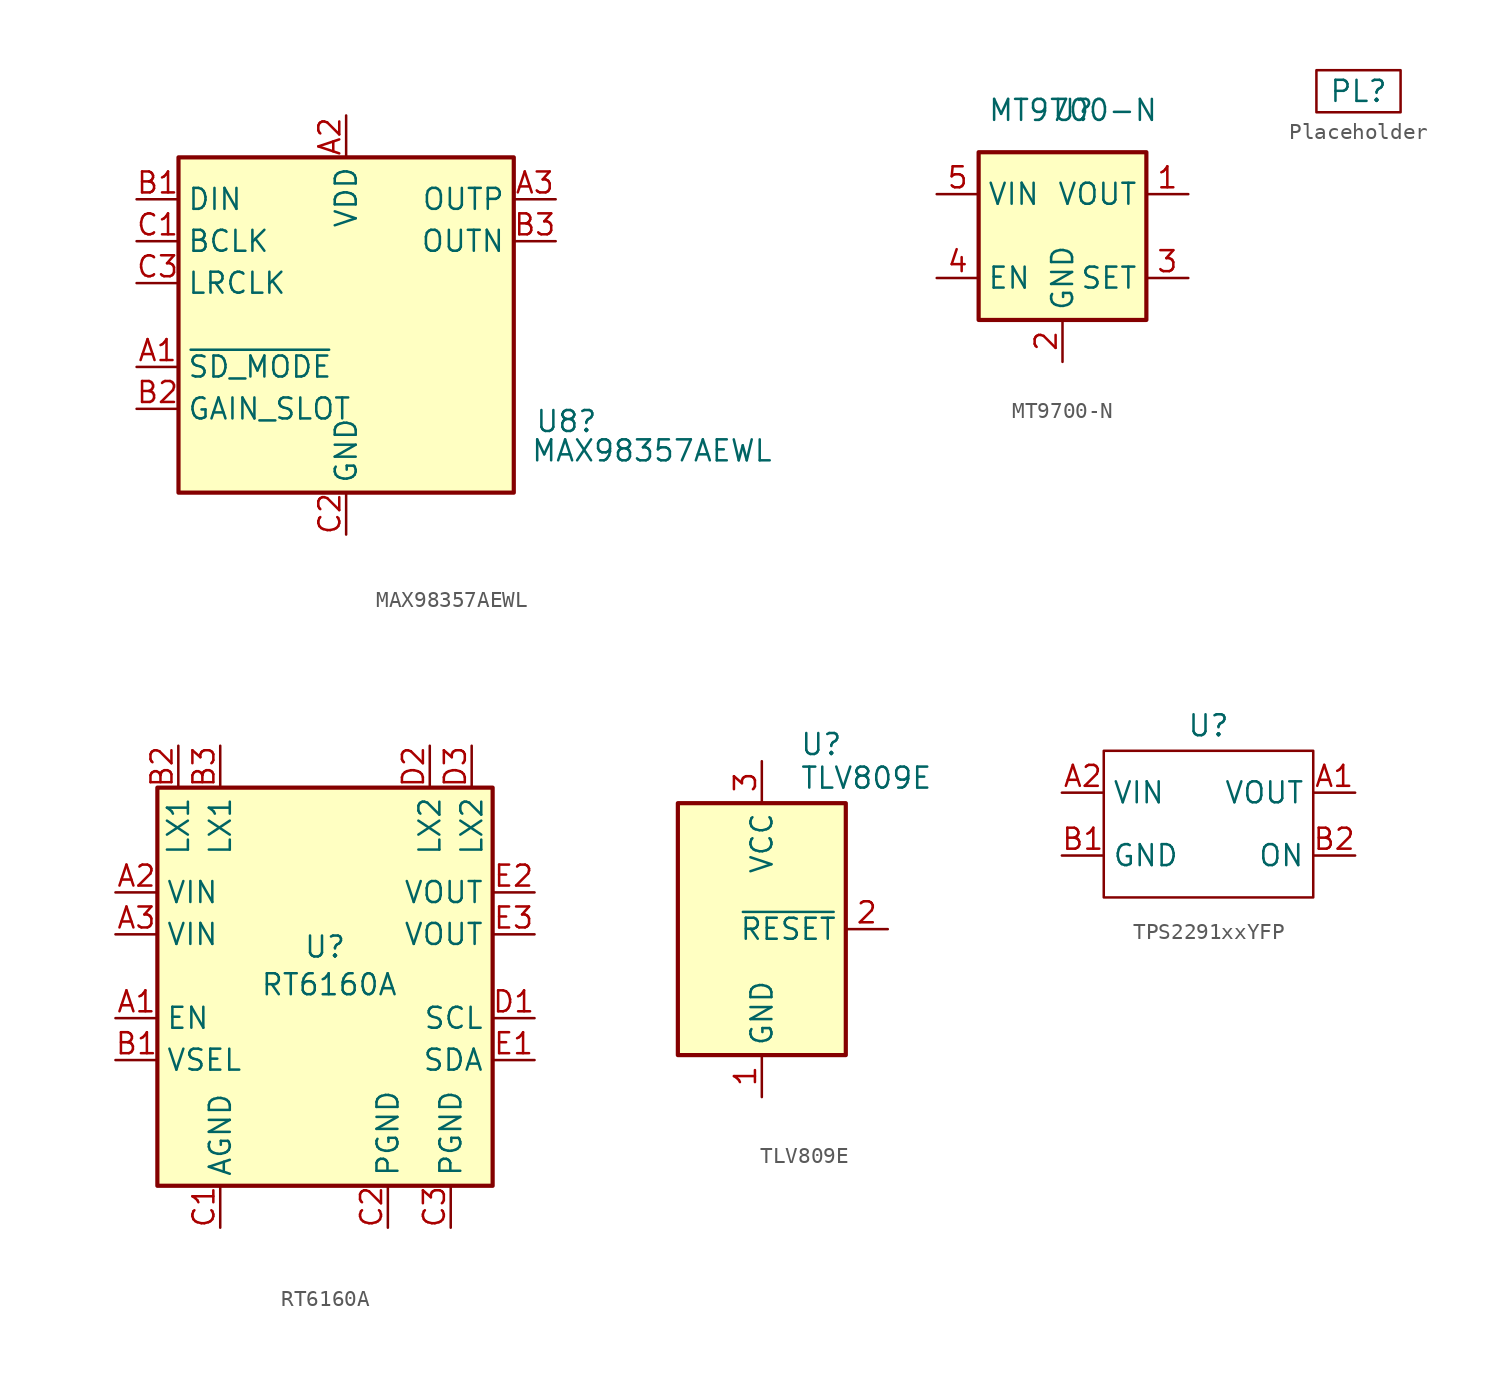
<source format=kicad_sym>
(kicad_symbol_lib
  (version 20241209)
  (generator "kicad_symbol_editor")
  (generator_version "9.0")
  (symbol "MAX98357AEWL"
    (property "Reference" "U8"
      (at 11.43 -5.842 0)
      (effects (font (size 1.27 1.27)) (justify left)))
    (property "Value" "MAX98357AEWL"
      (at 11.176 -7.62 0)
      (effects (font (size 1.27 1.27)) (justify left)))
    (symbol "MAX98357AEWL_1_1"
      (rectangle (start -10.16 10.16) (end 10.16 -10.16) (stroke (width 0.254) (type default)) (fill (type background)))
      (pin input line (at -12.7 7.62 0) (length 2.54) (name "DIN" (effects (font (size 1.27 1.27)))) (number "B1" (effects (font (size 1.27 1.27)))))
      (pin input line (at -12.7 5.08 0) (length 2.54) (name "BCLK" (effects (font (size 1.27 1.27)))) (number "C1" (effects (font (size 1.27 1.27)))))
      (pin input line (at -12.7 2.54 0) (length 2.54) (name "LRCLK" (effects (font (size 1.27 1.27)))) (number "C3" (effects (font (size 1.27 1.27)))))
      (pin input line (at -12.7 -2.54 0) (length 2.54) (name "~{SD_MODE}" (effects (font (size 1.27 1.27)))) (number "A1" (effects (font (size 1.27 1.27)))))
      (pin passive line (at -12.7 -5.08 0) (length 2.54) (name "GAIN_SLOT" (effects (font (size 1.27 1.27)))) (number "B2" (effects (font (size 1.27 1.27)))))
      (pin power_in line (at 0 12.7 270) (length 2.54) (name "VDD" (effects (font (size 1.27 1.27)))) (number "A2" (effects (font (size 1.27 1.27)))))
      (pin power_in line (at 0 -12.7 90) (length 2.54) (name "GND" (effects (font (size 1.27 1.27)))) (number "C2" (effects (font (size 1.27 1.27)))))
      (pin output line (at 12.7 7.62 180) (length 2.54) (name "OUTP" (effects (font (size 1.27 1.27)))) (number "A3" (effects (font (size 1.27 1.27)))))
      (pin output line (at 12.7 5.08 180) (length 2.54) (name "OUTN" (effects (font (size 1.27 1.27)))) (number "B3" (effects (font (size 1.27 1.27)))))))
  (symbol "MT9700-N"
    (property "Reference" "U"
      (at 0.635 2.54 0)
      (effects (font (size 1.27 1.27))))
    (property "Value" "MT9700-N"
      (at 0.635 2.54 0)
      (effects (font (size 1.27 1.27))))
    (symbol "MT9700-N_0_1"
      (rectangle (start -5.08 0) (end 5.08 -10.16) (stroke (width 0.254) (type default)) (fill (type background))))
    (symbol "MT9700-N_1_1"
      (pin power_in line (at -7.62 -2.54 0) (length 2.54) (name "VIN" (effects (font (size 1.27 1.27)))) (number "5" (effects (font (size 1.27 1.27)))))
      (pin input line (at -7.62 -7.62 0) (length 2.54) (name "EN" (effects (font (size 1.27 1.27)))) (number "4" (effects (font (size 1.27 1.27)))))
      (pin power_in line (at 0 -12.7 90) (length 2.54) (name "GND" (effects (font (size 1.27 1.27)))) (number "2" (effects (font (size 1.27 1.27)))))
      (pin power_out line (at 7.62 -2.54 180) (length 2.54) (name "VOUT" (effects (font (size 1.27 1.27)))) (number "1" (effects (font (size 1.27 1.27)))))
      (pin input line (at 7.62 -7.62 180) (length 2.54) (name "SET" (effects (font (size 1.27 1.27)))) (number "3" (effects (font (size 1.27 1.27)))))))
  (symbol "Placeholder"
    (property "Reference" "PL"
      (at 0 0 0)
      (effects (font (size 1.27 1.27))))
    (property "Value" ""
      (at 0 0 0)
      (effects (font (size 1.27 1.27))))
    (symbol "Placeholder_0_1"
      (rectangle (start -2.54 1.27) (end 2.54 -1.27) (stroke (width 0) (type default)) (fill (type none)))))
  (symbol "RT6160A"
    (property "Reference" "U"
      (at 0 -10.922 0)
      (effects (font (size 1.27 1.27))))
    (property "Value" "RT6160A"
      (at 0.254 -13.208 0)
      (effects (font (size 1.27 1.27))))
    (symbol "RT6160A_1_1"
      (rectangle (start -10.16 -1.27) (end 10.16 -25.4) (stroke (width 0.254) (type solid)) (fill (type background)))
      (pin power_in line (at -12.7 -7.62 0) (length 2.54) (name "VIN" (effects (font (size 1.27 1.27)))) (number "A2" (effects (font (size 1.27 1.27)))))
      (pin power_in line (at -12.7 -10.16 0) (length 2.54) (name "VIN" (effects (font (size 1.27 1.27)))) (number "A3" (effects (font (size 1.27 1.27)))))
      (pin input line (at -12.7 -15.24 0) (length 2.54) (name "EN" (effects (font (size 1.27 1.27)))) (number "A1" (effects (font (size 1.27 1.27)))))
      (pin input line (at -12.7 -17.78 0) (length 2.54) (name "VSEL" (effects (font (size 1.27 1.27)))) (number "B1" (effects (font (size 1.27 1.27)))))
      (pin passive line (at -8.89 1.27 270) (length 2.54) (name "LX1" (effects (font (size 1.27 1.27)))) (number "B2" (effects (font (size 1.27 1.27)))))
      (pin passive line (at -6.35 1.27 270) (length 2.54) (name "LX1" (effects (font (size 1.27 1.27)))) (number "B3" (effects (font (size 1.27 1.27)))))
      (pin input line (at -6.35 -27.94 90) (length 2.54) (name "AGND" (effects (font (size 1.27 1.27)))) (number "C1" (effects (font (size 1.27 1.27)))))
      (pin power_in line (at 3.81 -27.94 90) (length 2.54) (name "PGND" (effects (font (size 1.27 1.27)))) (number "C2" (effects (font (size 1.27 1.27)))))
      (pin passive line (at 6.35 1.27 270) (length 2.54) (name "LX2" (effects (font (size 1.27 1.27)))) (number "D2" (effects (font (size 1.27 1.27)))))
      (pin power_in line (at 7.62 -27.94 90) (length 2.54) (name "PGND" (effects (font (size 1.27 1.27)))) (number "C3" (effects (font (size 1.27 1.27)))))
      (pin passive line (at 8.89 1.27 270) (length 2.54) (name "LX2" (effects (font (size 1.27 1.27)))) (number "D3" (effects (font (size 1.27 1.27)))))
      (pin power_out line (at 12.7 -7.62 180) (length 2.54) (name "VOUT" (effects (font (size 1.27 1.27)))) (number "E2" (effects (font (size 1.27 1.27)))))
      (pin passive line (at 12.7 -10.16 180) (length 2.54) (name "VOUT" (effects (font (size 1.27 1.27)))) (number "E3" (effects (font (size 1.27 1.27)))))
      (pin input line (at 12.7 -15.24 180) (length 2.54) (name "SCL" (effects (font (size 1.27 1.27)))) (number "D1" (effects (font (size 1.27 1.27)))))
      (pin bidirectional line (at 12.7 -17.78 180) (length 2.54) (name "SDA" (effects (font (size 1.27 1.27)))) (number "E1" (effects (font (size 1.27 1.27)))))))
  (symbol "TLV809E"
    (property "Reference" "U"
      (at 2.286 -2.794 0)
      (effects (font (size 1.27 1.27)) (justify left)))
    (property "Value" "TLV809E"
      (at 2.286 -4.826 0)
      (effects (font (size 1.27 1.27)) (justify left)))
    (symbol "TLV809E_0_1"
      (rectangle (start -5.08 -6.35) (end 5.08 -21.59) (stroke (width 0.254) (type default)) (fill (type background))))
    (symbol "TLV809E_1_1"
      (pin power_in line (at 0 -3.81 270) (length 2.54) (name "VCC" (effects (font (size 1.27 1.27)))) (number "3" (effects (font (size 1.27 1.27)))))
      (pin power_in line (at 0 -24.13 90) (length 2.54) (name "GND" (effects (font (size 1.27 1.27)))) (number "1" (effects (font (size 1.27 1.27)))))
      (pin output line (at 7.62 -13.97 180) (length 2.54) (name "~{RESET}" (effects (font (size 1.27 1.27)))) (number "2" (effects (font (size 1.27 1.27)))))))
  (symbol "TPS2291xxYFP"
    (property "Reference" "U"
      (at 0 1.524 0)
      (effects (font (size 1.27 1.27))))
    (property "Value" ""
      (at 0 0 0)
      (effects (font (size 1.27 1.27))))
    (symbol "TPS2291xxYFP_0_1"
      (rectangle (start -6.35 0) (end 6.35 -8.89) (stroke (width 0) (type default)) (fill (type none))))
    (symbol "TPS2291xxYFP_1_1"
      (pin power_in line (at -8.89 -2.54 0) (length 2.54) (name "VIN" (effects (font (size 1.27 1.27)))) (number "A2" (effects (font (size 1.27 1.27)))))
      (pin power_in line (at -8.89 -6.35 0) (length 2.54) (name "GND" (effects (font (size 1.27 1.27)))) (number "B1" (effects (font (size 1.27 1.27)))))
      (pin power_out line (at 8.89 -2.54 180) (length 2.54) (name "VOUT" (effects (font (size 1.27 1.27)))) (number "A1" (effects (font (size 1.27 1.27)))))
      (pin input line (at 8.89 -6.35 180) (length 2.54) (name "ON" (effects (font (size 1.27 1.27)))) (number "B2" (effects (font (size 1.27 1.27))))))))
</source>
